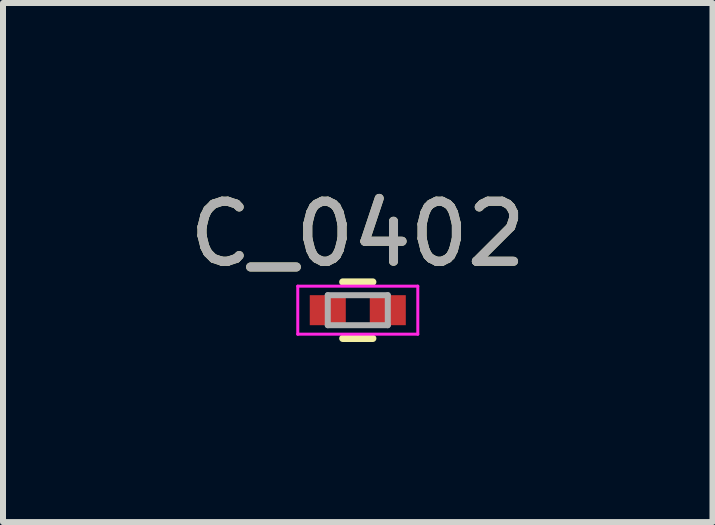
<source format=kicad_pcb>
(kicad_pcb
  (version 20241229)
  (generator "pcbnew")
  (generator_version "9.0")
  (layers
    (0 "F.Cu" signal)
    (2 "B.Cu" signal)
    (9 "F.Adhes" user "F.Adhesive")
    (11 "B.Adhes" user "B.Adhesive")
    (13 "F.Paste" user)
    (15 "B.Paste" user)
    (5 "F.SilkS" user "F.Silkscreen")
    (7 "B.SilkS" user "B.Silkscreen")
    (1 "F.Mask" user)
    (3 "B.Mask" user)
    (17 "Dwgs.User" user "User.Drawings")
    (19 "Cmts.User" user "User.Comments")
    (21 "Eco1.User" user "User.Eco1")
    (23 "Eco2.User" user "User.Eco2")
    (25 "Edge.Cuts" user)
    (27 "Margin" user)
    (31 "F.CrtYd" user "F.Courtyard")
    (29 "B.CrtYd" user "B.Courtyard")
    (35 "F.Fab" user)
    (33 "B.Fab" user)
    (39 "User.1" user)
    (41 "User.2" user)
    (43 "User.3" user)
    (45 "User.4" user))
  (footprint "C_0402"
    (layer "F.Cu")
    (at 2.911 2.118)
    (property "Reference" "C_0402" (at 0 -1.27 0) (layer "F.SilkS") (effects (font (size 1 1) (thickness 0.15))))
    (attr smd)
    (fp_line (start -0.25 0.47) (end 0.25 0.47) (stroke (width 0.12) (type solid)) (layer "F.SilkS"))
    (fp_line (start 0.25 -0.47) (end -0.25 -0.47) (stroke (width 0.12) (type solid)) (layer "F.SilkS"))
    (fp_line (start -1 -0.4) (end -1 0.4) (stroke (width 0.05) (type solid)) (layer "F.CrtYd"))
    (fp_line (start -1 -0.4) (end 1 -0.4) (stroke (width 0.05) (type solid)) (layer "F.CrtYd"))
    (fp_line (start 1 0.4) (end -1 0.4) (stroke (width 0.05) (type solid)) (layer "F.CrtYd"))
    (fp_line (start 1 0.4) (end 1 -0.4) (stroke (width 0.05) (type solid)) (layer "F.CrtYd"))
    (fp_line (start -0.5 -0.25) (end 0.5 -0.25) (stroke (width 0.1) (type solid)) (layer "F.Fab"))
    (fp_line (start -0.5 0.25) (end -0.5 -0.25) (stroke (width 0.1) (type solid)) (layer "F.Fab"))
    (fp_line (start 0.5 -0.25) (end 0.5 0.25) (stroke (width 0.1) (type solid)) (layer "F.Fab"))
    (fp_line (start 0.5 0.25) (end -0.5 0.25) (stroke (width 0.1) (type solid)) (layer "F.Fab"))
    (fp_text user "${REFERENCE}" (at 0 -1.27 0) (layer "F.Fab") (effects (font (size 1 1) (thickness 0.15))))
    (pad "1" smd rect (at -0.5 0) (size 0.6 0.5) (layers "F.Cu" "F.Mask" "F.Paste"))
    (pad "2" smd rect (at 0.5 0) (size 0.6 0.5) (layers "F.Cu" "F.Mask" "F.Paste")))
  (gr_rect
    (start -3 -3)
    (end 8.821 5.648)
    (stroke (width 0.1) (type default))
    (fill no)
    (layer "Edge.Cuts")))
</source>
